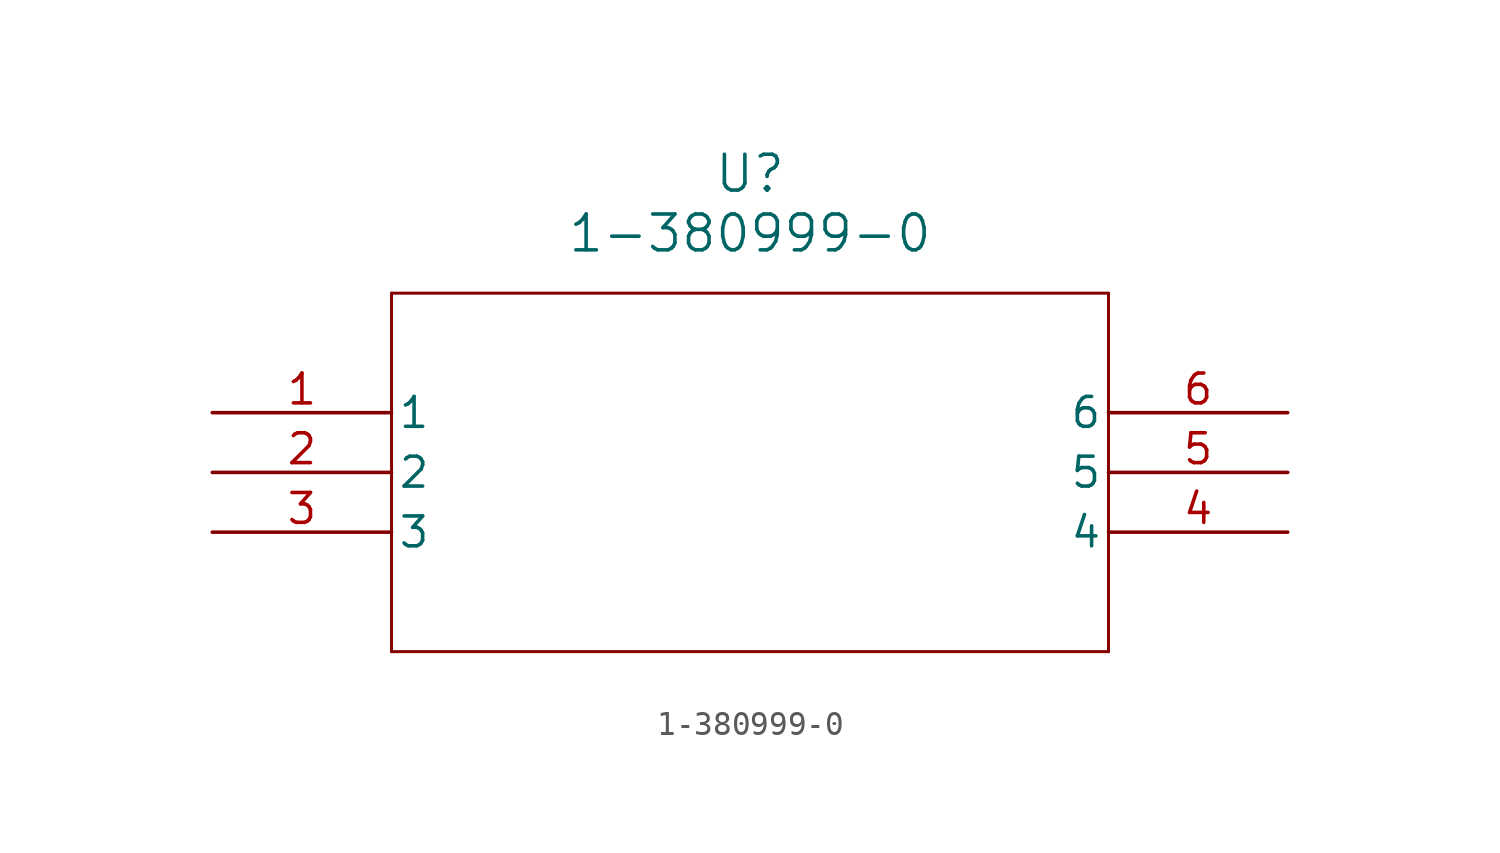
<source format=kicad_sym>
(kicad_symbol_lib
  (version 20211014)
  (generator kicad_symbol_editor)
  (symbol "1-380999-0"
    (pin_names
      (offset 0.254))
    (property "Reference" "U"
      (at 22.86 10.16 0)
      (effects (font (size 1.524 1.524))))
    (property "Value" "1-380999-0"
      (at 22.86 7.62 0)
      (effects (font (size 1.524 1.524))))
    (symbol "1-380999-0_0_1"
      (polyline (pts (xy 7.62 5.08) (xy 7.62 -10.16)) (stroke (width 0.127) (type default) (color 0 0 0 0)) (fill (type none)))
      (polyline (pts (xy 7.62 -10.16) (xy 38.1 -10.16)) (stroke (width 0.127) (type default) (color 0 0 0 0)) (fill (type none)))
      (polyline (pts (xy 38.1 -10.16) (xy 38.1 5.08)) (stroke (width 0.127) (type default) (color 0 0 0 0)) (fill (type none)))
      (polyline (pts (xy 38.1 5.08) (xy 7.62 5.08)) (stroke (width 0.127) (type default) (color 0 0 0 0)) (fill (type none)))
      (pin unspecified line (at 0 0 0) (length 7.62) (name "1" (effects (font (size 1.27 1.27)))) (number "1" (effects (font (size 1.27 1.27)))))
      (pin unspecified line (at 0 -2.54 0) (length 7.62) (name "2" (effects (font (size 1.27 1.27)))) (number "2" (effects (font (size 1.27 1.27)))))
      (pin unspecified line (at 0 -5.08 0) (length 7.62) (name "3" (effects (font (size 1.27 1.27)))) (number "3" (effects (font (size 1.27 1.27)))))
      (pin unspecified line (at 45.72 -5.08 180) (length 7.62) (name "4" (effects (font (size 1.27 1.27)))) (number "4" (effects (font (size 1.27 1.27)))))
      (pin unspecified line (at 45.72 -2.54 180) (length 7.62) (name "5" (effects (font (size 1.27 1.27)))) (number "5" (effects (font (size 1.27 1.27)))))
      (pin unspecified line (at 45.72 0 180) (length 7.62) (name "6" (effects (font (size 1.27 1.27)))) (number "6" (effects (font (size 1.27 1.27))))))))
</source>
